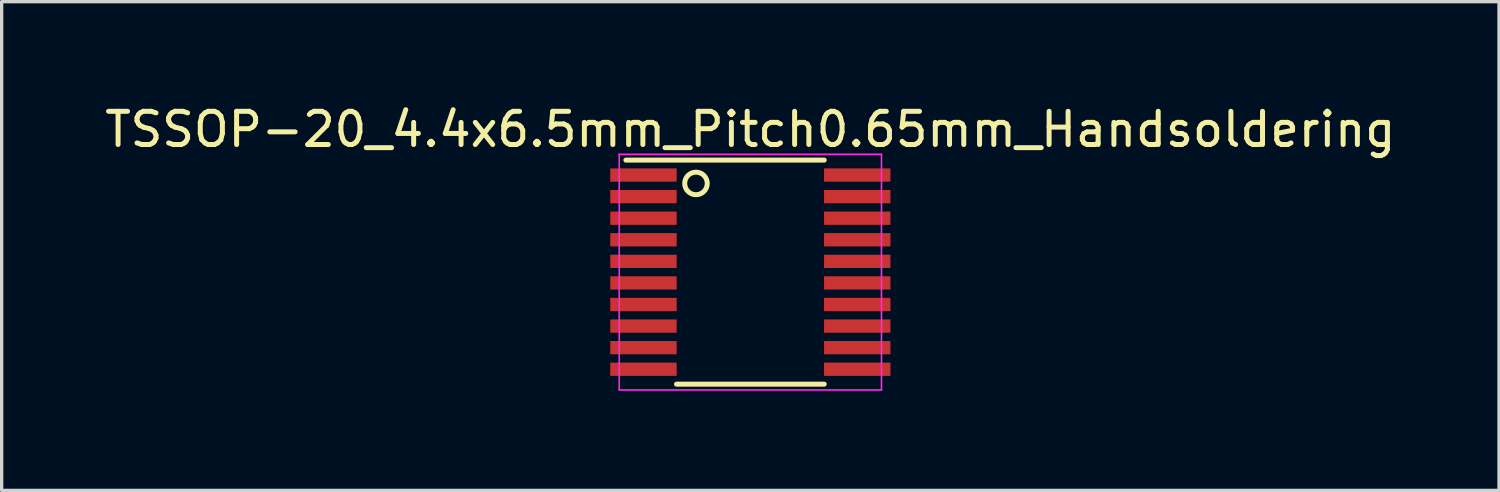
<source format=kicad_pcb>
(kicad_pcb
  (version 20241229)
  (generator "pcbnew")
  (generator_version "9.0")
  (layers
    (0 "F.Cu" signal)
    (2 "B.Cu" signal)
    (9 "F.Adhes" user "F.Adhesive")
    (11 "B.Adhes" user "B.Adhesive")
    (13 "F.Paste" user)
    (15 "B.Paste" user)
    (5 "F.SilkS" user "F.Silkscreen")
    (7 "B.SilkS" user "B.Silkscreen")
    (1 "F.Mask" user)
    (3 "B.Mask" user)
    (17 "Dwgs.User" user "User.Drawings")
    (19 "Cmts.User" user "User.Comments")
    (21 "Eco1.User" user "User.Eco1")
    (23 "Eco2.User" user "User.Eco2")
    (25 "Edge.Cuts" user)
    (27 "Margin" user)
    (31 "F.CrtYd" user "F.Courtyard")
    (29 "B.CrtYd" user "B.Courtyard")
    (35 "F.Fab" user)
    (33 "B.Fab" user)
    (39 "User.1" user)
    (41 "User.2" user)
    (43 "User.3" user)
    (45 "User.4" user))
  (footprint "TSSOP-20_4.4x6.5mm_Pitch0.65mm_Handsoldering"
    (layer "F.Cu")
    (at 19.554 5.148)
    (property "Reference" "TSSOP-20_4.4x6.5mm_Pitch0.65mm_Handsoldering" (at 0 -4.3 0) (layer "F.SilkS") (effects (font (size 1 1) (thickness 0.15))))
    (attr smd)
    (fp_line (start -3.75 -3.375) (end 2.225 -3.375) (stroke (width 0.15) (type solid)) (layer "F.SilkS"))
    (fp_line (start -2.225 3.375) (end 2.225 3.375) (stroke (width 0.15) (type solid)) (layer "F.SilkS"))
    (fp_circle (center -1.638 -2.672) (end -1.387 -2.443) (stroke (width 0.15) (type solid)) (fill no) (layer "F.SilkS"))
    (fp_line (start -3.95 -3.55) (end -3.95 3.55) (stroke (width 0.05) (type solid)) (layer "F.CrtYd"))
    (fp_line (start -3.95 -3.55) (end 3.95 -3.55) (stroke (width 0.05) (type solid)) (layer "F.CrtYd"))
    (fp_line (start -3.95 3.55) (end 3.95 3.55) (stroke (width 0.05) (type solid)) (layer "F.CrtYd"))
    (fp_line (start 3.95 -3.55) (end 3.95 3.55) (stroke (width 0.05) (type solid)) (layer "F.CrtYd"))
    (pad "1" smd rect (at -3.22 -2.925) (size 2 0.4) (layers "F.Cu" "F.Mask" "F.Paste"))
    (pad "2" smd rect (at -3.22 -2.275) (size 2 0.4) (layers "F.Cu" "F.Mask" "F.Paste"))
    (pad "3" smd rect (at -3.22 -1.625) (size 2 0.4) (layers "F.Cu" "F.Mask" "F.Paste"))
    (pad "4" smd rect (at -3.22 -0.975) (size 2 0.4) (layers "F.Cu" "F.Mask" "F.Paste"))
    (pad "5" smd rect (at -3.22 -0.325) (size 2 0.4) (layers "F.Cu" "F.Mask" "F.Paste"))
    (pad "6" smd rect (at -3.22 0.325) (size 2 0.4) (layers "F.Cu" "F.Mask" "F.Paste"))
    (pad "7" smd rect (at -3.22 0.975) (size 2 0.4) (layers "F.Cu" "F.Mask" "F.Paste"))
    (pad "8" smd rect (at -3.22 1.625) (size 2 0.4) (layers "F.Cu" "F.Mask" "F.Paste"))
    (pad "9" smd rect (at -3.22 2.275) (size 2 0.4) (layers "F.Cu" "F.Mask" "F.Paste"))
    (pad "10" smd rect (at -3.22 2.925) (size 2 0.4) (layers "F.Cu" "F.Mask" "F.Paste"))
    (pad "11" smd rect (at 3.22 2.925) (size 2 0.4) (layers "F.Cu" "F.Mask" "F.Paste"))
    (pad "12" smd rect (at 3.22 2.275) (size 2 0.4) (layers "F.Cu" "F.Mask" "F.Paste"))
    (pad "13" smd rect (at 3.22 1.625) (size 2 0.4) (layers "F.Cu" "F.Mask" "F.Paste"))
    (pad "14" smd rect (at 3.22 0.975) (size 2 0.4) (layers "F.Cu" "F.Mask" "F.Paste"))
    (pad "15" smd rect (at 3.22 0.325) (size 2 0.4) (layers "F.Cu" "F.Mask" "F.Paste"))
    (pad "16" smd rect (at 3.22 -0.325) (size 2 0.4) (layers "F.Cu" "F.Mask" "F.Paste"))
    (pad "17" smd rect (at 3.22 -0.975) (size 2 0.4) (layers "F.Cu" "F.Mask" "F.Paste"))
    (pad "18" smd rect (at 3.22 -1.625) (size 2 0.4) (layers "F.Cu" "F.Mask" "F.Paste"))
    (pad "19" smd rect (at 3.22 -2.275) (size 2 0.4) (layers "F.Cu" "F.Mask" "F.Paste"))
    (pad "20" smd rect (at 3.22 -2.925) (size 2 0.4) (layers "F.Cu" "F.Mask" "F.Paste")))
  (gr_rect
    (start -3 -3)
    (end 42.107 11.723)
    (stroke (width 0.1) (type default))
    (fill no)
    (layer "Edge.Cuts")))
</source>
